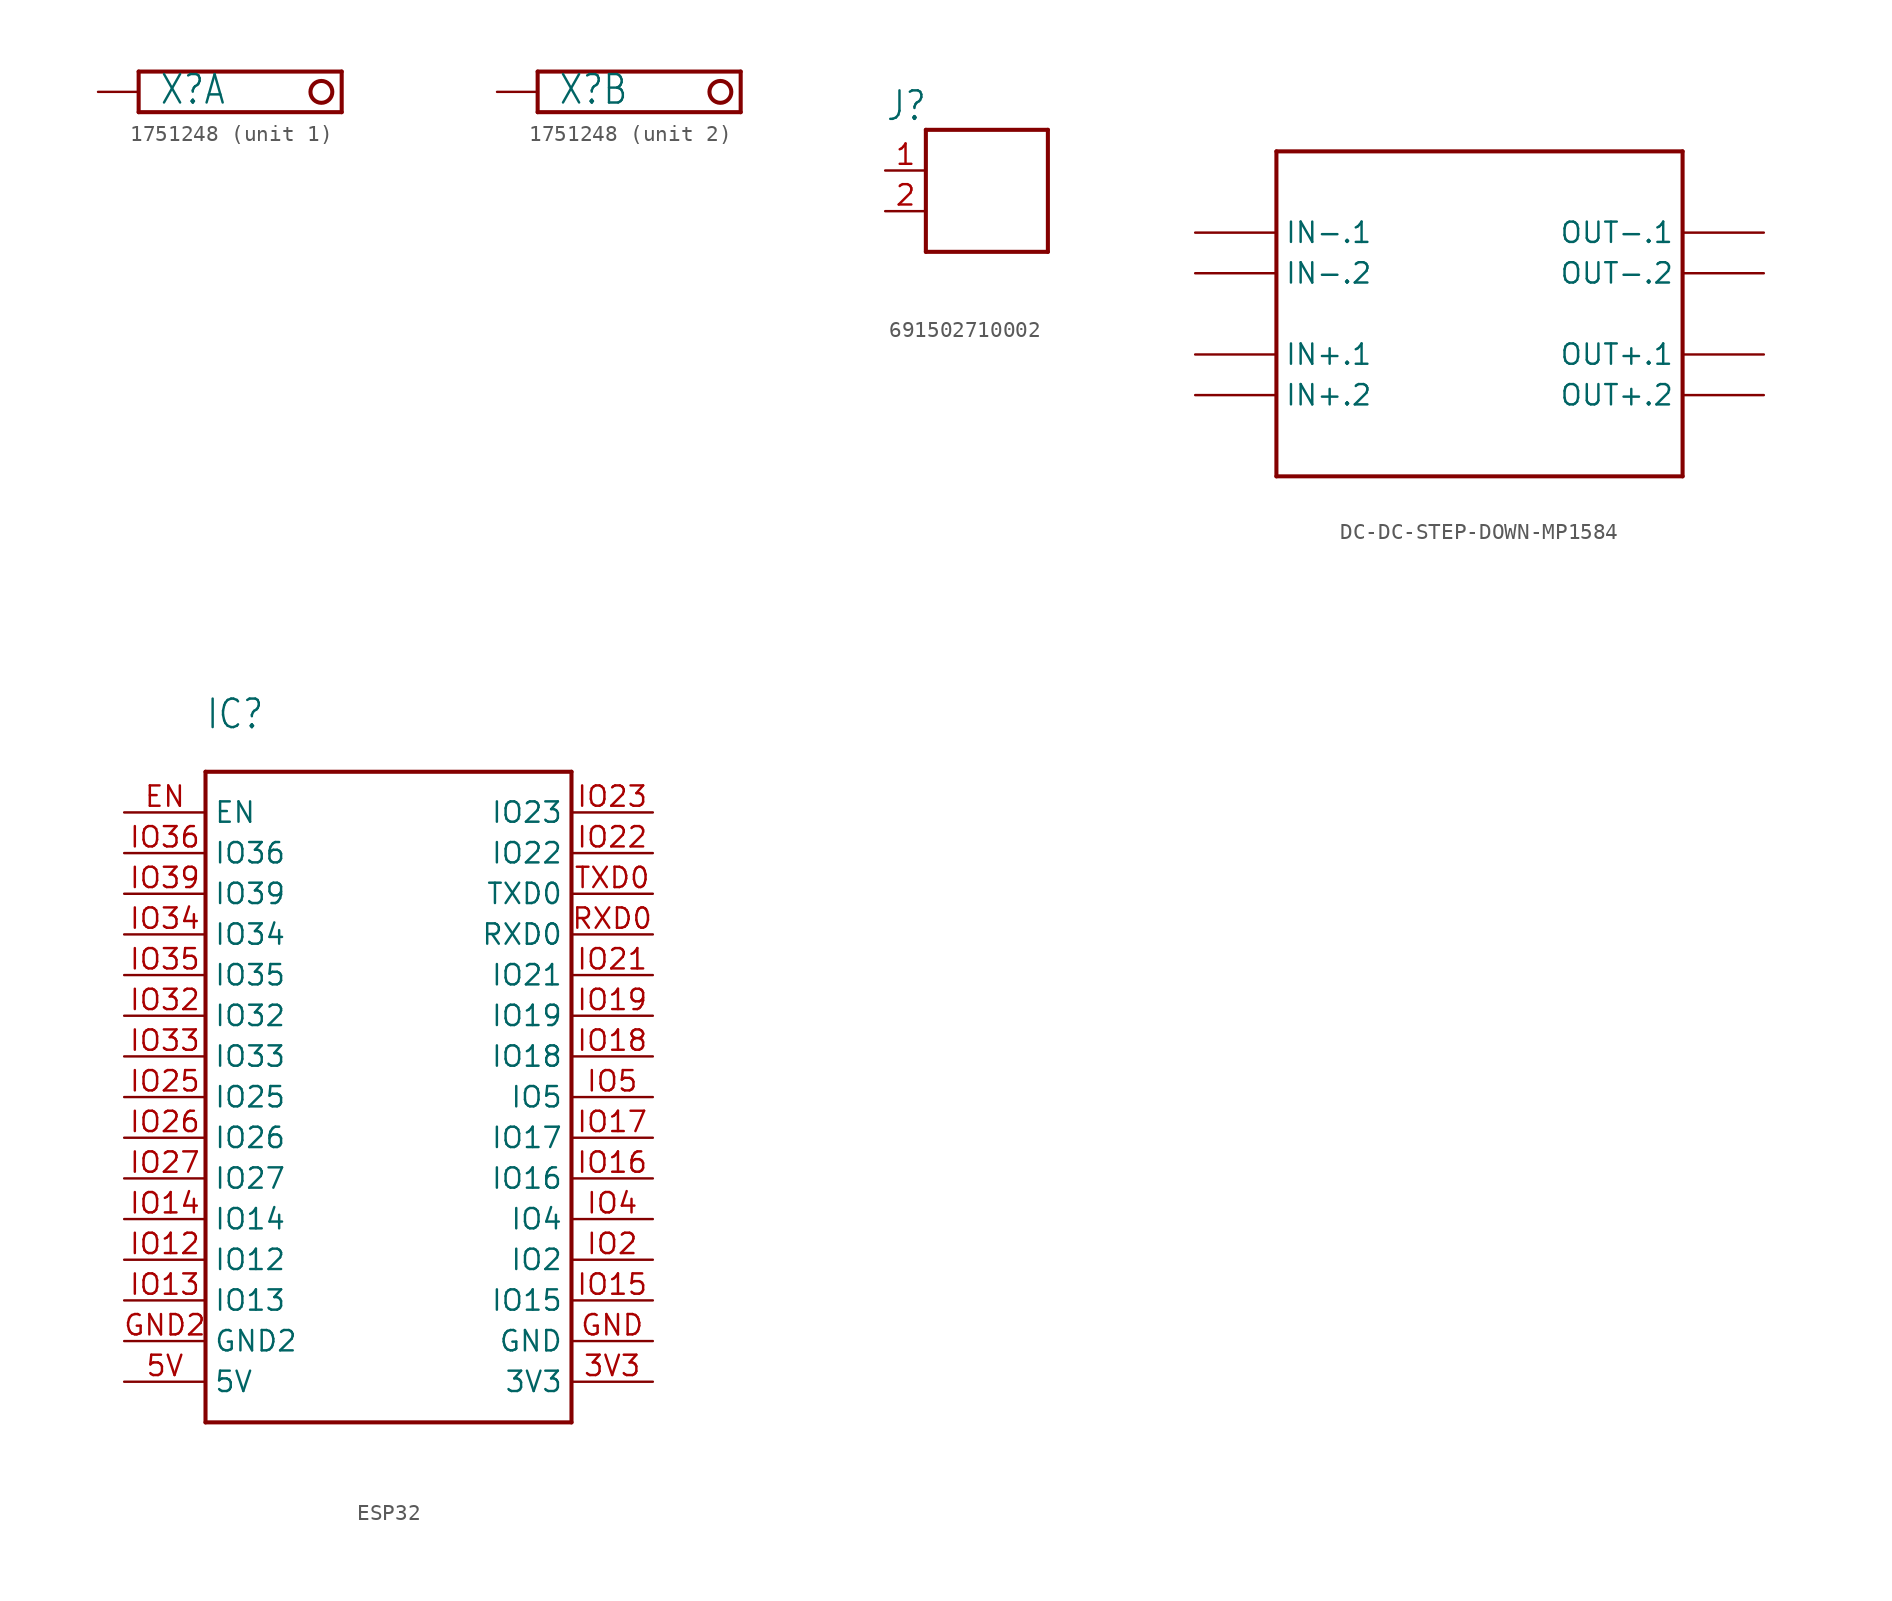
<source format=kicad_sym>
(kicad_symbol_lib
  (version 20231120)
  (generator "kicad_symbol_editor")
  (generator_version "8.0")
  (symbol "1751248"
    (property "Reference" "X"
      (at 1.27 -0.889 0)
      (effects (font (size 1.778 1.511)) (justify left bottom)))
    (property "Value" ""
      (at 13.97 -0.889 0)
      (effects (font (size 1.778 1.511)) (justify left bottom)))
    (property "ki_locked" ""
      (at 0 0 0)
      (effects (font (size 1.27 1.27))))
    (symbol "1751248_1_0"
      (polyline (pts (xy 0 -1.27) (xy 0 1.27)) (stroke (width 0.254) (type solid)) (fill (type none)))
      (polyline (pts (xy 0 1.27) (xy 12.7 1.27)) (stroke (width 0.254) (type solid)) (fill (type none)))
      (polyline (pts (xy 12.7 -1.27) (xy 0 -1.27)) (stroke (width 0.254) (type solid)) (fill (type none)))
      (polyline (pts (xy 12.7 -1.27) (xy 12.7 1.27)) (stroke (width 0.254) (type solid)) (fill (type none)))
      (circle (center 11.43 0) (radius 0.684) (stroke (width 0.254) (type solid)) (fill (type none)))
      (pin passive line (at -2.54 0 0) (length 2.54) (name "K" (effects (font (size 0 0)))) (number "1" (effects (font (size 0 0))))))
    (symbol "1751248_2_0"
      (polyline (pts (xy 0 -1.27) (xy 0 1.27)) (stroke (width 0.254) (type solid)) (fill (type none)))
      (polyline (pts (xy 0 1.27) (xy 12.7 1.27)) (stroke (width 0.254) (type solid)) (fill (type none)))
      (polyline (pts (xy 12.7 -1.27) (xy 0 -1.27)) (stroke (width 0.254) (type solid)) (fill (type none)))
      (polyline (pts (xy 12.7 -1.27) (xy 12.7 1.27)) (stroke (width 0.254) (type solid)) (fill (type none)))
      (circle (center 11.43 0) (radius 0.684) (stroke (width 0.254) (type solid)) (fill (type none)))
      (pin passive line (at -2.54 0 0) (length 2.54) (name "K" (effects (font (size 0 0)))) (number "2" (effects (font (size 0 0)))))))
  (symbol "691502710002"
    (property "Reference" "J"
      (at -6.35 4.27 0)
      (effects (font (size 1.778 1.511)) (justify left bottom)))
    (property "Value" ""
      (at -6.35 -6.35 0)
      (effects (font (size 1.778 1.511)) (justify left bottom)))
    (property "ki_locked" ""
      (at 0 0 0)
      (effects (font (size 1.27 1.27))))
    (symbol "691502710002_1_0"
      (polyline (pts (xy -3.81 -3.81) (xy 3.81 -3.81)) (stroke (width 0.254) (type solid)) (fill (type none)))
      (polyline (pts (xy -3.81 3.81) (xy -3.81 -3.81)) (stroke (width 0.254) (type solid)) (fill (type none)))
      (polyline (pts (xy 3.81 -3.81) (xy 3.81 3.81)) (stroke (width 0.254) (type solid)) (fill (type none)))
      (polyline (pts (xy 3.81 3.81) (xy -3.81 3.81)) (stroke (width 0.254) (type solid)) (fill (type none)))
      (pin passive line (at -6.35 1.27 0) (length 2.54) (name "1" (effects (font (size 0 0)))) (number "1" (effects (font (size 1.27 1.27)))))
      (pin passive line (at -6.35 -1.27 0) (length 2.54) (name "2" (effects (font (size 0 0)))) (number "2" (effects (font (size 1.27 1.27)))))))
  (symbol "DC-DC-STEP-DOWN-MP1584"
    (property "Reference" ""
      (at -12.7 15.24 0)
      (effects (font (size 1.778 1.511)) (justify left bottom) (hide yes)))
    (property "Value" ""
      (at -12.7 12.7 0)
      (effects (font (size 1.778 1.511)) (justify left bottom)))
    (property "ki_locked" ""
      (at 0 0 0)
      (effects (font (size 1.27 1.27))))
    (symbol "DC-DC-STEP-DOWN-MP1584_1_0"
      (polyline (pts (xy -12.7 -10.16) (xy -12.7 10.16)) (stroke (width 0.254) (type solid)) (fill (type none)))
      (polyline (pts (xy -12.7 10.16) (xy 12.7 10.16)) (stroke (width 0.254) (type solid)) (fill (type none)))
      (polyline (pts (xy 12.7 -10.16) (xy -12.7 -10.16)) (stroke (width 0.254) (type solid)) (fill (type none)))
      (polyline (pts (xy 12.7 10.16) (xy 12.7 -10.16)) (stroke (width 0.254) (type solid)) (fill (type none)))
      (pin bidirectional line (at -17.78 -2.54 0) (length 5.08) (name "IN+.1" (effects (font (size 1.27 1.27)))) (number "IN+.1" (effects (font (size 0 0)))))
      (pin bidirectional line (at -17.78 -5.08 0) (length 5.08) (name "IN+.2" (effects (font (size 1.27 1.27)))) (number "IN+.2" (effects (font (size 0 0)))))
      (pin bidirectional line (at -17.78 5.08 0) (length 5.08) (name "IN-.1" (effects (font (size 1.27 1.27)))) (number "IN-.1" (effects (font (size 0 0)))))
      (pin bidirectional line (at -17.78 2.54 0) (length 5.08) (name "IN-.2" (effects (font (size 1.27 1.27)))) (number "IN-.2" (effects (font (size 0 0)))))
      (pin bidirectional line (at 17.78 -2.54 180) (length 5.08) (name "OUT+.1" (effects (font (size 1.27 1.27)))) (number "OUT+.1" (effects (font (size 0 0)))))
      (pin bidirectional line (at 17.78 -5.08 180) (length 5.08) (name "OUT+.2" (effects (font (size 1.27 1.27)))) (number "OUT+.2" (effects (font (size 0 0)))))
      (pin bidirectional line (at 17.78 5.08 180) (length 5.08) (name "OUT-.1" (effects (font (size 1.27 1.27)))) (number "OUT-.1" (effects (font (size 0 0)))))
      (pin bidirectional line (at 17.78 2.54 180) (length 5.08) (name "OUT-.2" (effects (font (size 1.27 1.27)))) (number "OUT-.2" (effects (font (size 0 0)))))))
  (symbol "ESP32"
    (property "Reference" "IC"
      (at -10.175 15.265 0)
      (effects (font (size 1.78 1.513)) (justify left bottom)))
    (property "Value" ""
      (at -2.535 -7.631 0)
      (effects (font (size 1.78 1.513)) (justify left bottom)))
    (property "ki_locked" ""
      (at 0 0 0)
      (effects (font (size 1.27 1.27))))
    (symbol "ESP32_1_0"
      (polyline (pts (xy -10.16 -27.94) (xy 12.7 -27.94)) (stroke (width 0.254) (type solid)) (fill (type none)))
      (polyline (pts (xy -10.16 12.7) (xy -10.16 -27.94)) (stroke (width 0.254) (type solid)) (fill (type none)))
      (polyline (pts (xy 12.7 -27.94) (xy 12.7 12.7)) (stroke (width 0.254) (type solid)) (fill (type none)))
      (polyline (pts (xy 12.7 12.7) (xy -10.16 12.7)) (stroke (width 0.254) (type solid)) (fill (type none)))
      (pin power_in line (at 17.78 -25.4 180) (length 5.08) (name "3V3" (effects (font (size 1.27 1.27)))) (number "3V3" (effects (font (size 1.27 1.27)))))
      (pin power_in line (at -15.24 -25.4 0) (length 5.08) (name "5V" (effects (font (size 1.27 1.27)))) (number "5V" (effects (font (size 1.27 1.27)))))
      (pin bidirectional line (at -15.24 10.16 0) (length 5.08) (name "EN" (effects (font (size 1.27 1.27)))) (number "EN" (effects (font (size 1.27 1.27)))))
      (pin power_in line (at 17.78 -22.86 180) (length 5.08) (name "GND" (effects (font (size 1.27 1.27)))) (number "GND" (effects (font (size 1.27 1.27)))))
      (pin power_in line (at -15.24 -22.86 0) (length 5.08) (name "GND2" (effects (font (size 1.27 1.27)))) (number "GND2" (effects (font (size 1.27 1.27)))))
      (pin bidirectional line (at -15.24 -17.78 0) (length 5.08) (name "IO12" (effects (font (size 1.27 1.27)))) (number "IO12" (effects (font (size 1.27 1.27)))))
      (pin bidirectional line (at -15.24 -20.32 0) (length 5.08) (name "IO13" (effects (font (size 1.27 1.27)))) (number "IO13" (effects (font (size 1.27 1.27)))))
      (pin bidirectional line (at -15.24 -15.24 0) (length 5.08) (name "IO14" (effects (font (size 1.27 1.27)))) (number "IO14" (effects (font (size 1.27 1.27)))))
      (pin bidirectional line (at 17.78 -20.32 180) (length 5.08) (name "IO15" (effects (font (size 1.27 1.27)))) (number "IO15" (effects (font (size 1.27 1.27)))))
      (pin bidirectional line (at 17.78 -12.7 180) (length 5.08) (name "IO16" (effects (font (size 1.27 1.27)))) (number "IO16" (effects (font (size 1.27 1.27)))))
      (pin bidirectional line (at 17.78 -10.16 180) (length 5.08) (name "IO17" (effects (font (size 1.27 1.27)))) (number "IO17" (effects (font (size 1.27 1.27)))))
      (pin bidirectional line (at 17.78 -5.08 180) (length 5.08) (name "IO18" (effects (font (size 1.27 1.27)))) (number "IO18" (effects (font (size 1.27 1.27)))))
      (pin bidirectional line (at 17.78 -2.54 180) (length 5.08) (name "IO19" (effects (font (size 1.27 1.27)))) (number "IO19" (effects (font (size 1.27 1.27)))))
      (pin bidirectional line (at 17.78 -17.78 180) (length 5.08) (name "IO2" (effects (font (size 1.27 1.27)))) (number "IO2" (effects (font (size 1.27 1.27)))))
      (pin bidirectional line (at 17.78 0 180) (length 5.08) (name "IO21" (effects (font (size 1.27 1.27)))) (number "IO21" (effects (font (size 1.27 1.27)))))
      (pin bidirectional line (at 17.78 7.62 180) (length 5.08) (name "IO22" (effects (font (size 1.27 1.27)))) (number "IO22" (effects (font (size 1.27 1.27)))))
      (pin bidirectional line (at 17.78 10.16 180) (length 5.08) (name "IO23" (effects (font (size 1.27 1.27)))) (number "IO23" (effects (font (size 1.27 1.27)))))
      (pin bidirectional line (at -15.24 -7.62 0) (length 5.08) (name "IO25" (effects (font (size 1.27 1.27)))) (number "IO25" (effects (font (size 1.27 1.27)))))
      (pin bidirectional line (at -15.24 -10.16 0) (length 5.08) (name "IO26" (effects (font (size 1.27 1.27)))) (number "IO26" (effects (font (size 1.27 1.27)))))
      (pin bidirectional line (at -15.24 -12.7 0) (length 5.08) (name "IO27" (effects (font (size 1.27 1.27)))) (number "IO27" (effects (font (size 1.27 1.27)))))
      (pin bidirectional line (at -15.24 -2.54 0) (length 5.08) (name "IO32" (effects (font (size 1.27 1.27)))) (number "IO32" (effects (font (size 1.27 1.27)))))
      (pin bidirectional line (at -15.24 -5.08 0) (length 5.08) (name "IO33" (effects (font (size 1.27 1.27)))) (number "IO33" (effects (font (size 1.27 1.27)))))
      (pin bidirectional line (at -15.24 2.54 0) (length 5.08) (name "IO34" (effects (font (size 1.27 1.27)))) (number "IO34" (effects (font (size 1.27 1.27)))))
      (pin bidirectional line (at -15.24 0 0) (length 5.08) (name "IO35" (effects (font (size 1.27 1.27)))) (number "IO35" (effects (font (size 1.27 1.27)))))
      (pin bidirectional line (at -15.24 7.62 0) (length 5.08) (name "IO36" (effects (font (size 1.27 1.27)))) (number "IO36" (effects (font (size 1.27 1.27)))))
      (pin bidirectional line (at -15.24 5.08 0) (length 5.08) (name "IO39" (effects (font (size 1.27 1.27)))) (number "IO39" (effects (font (size 1.27 1.27)))))
      (pin bidirectional line (at 17.78 -15.24 180) (length 5.08) (name "IO4" (effects (font (size 1.27 1.27)))) (number "IO4" (effects (font (size 1.27 1.27)))))
      (pin bidirectional line (at 17.78 -7.62 180) (length 5.08) (name "IO5" (effects (font (size 1.27 1.27)))) (number "IO5" (effects (font (size 1.27 1.27)))))
      (pin bidirectional line (at 17.78 2.54 180) (length 5.08) (name "RXD0" (effects (font (size 1.27 1.27)))) (number "RXD0" (effects (font (size 1.27 1.27)))))
      (pin bidirectional line (at 17.78 5.08 180) (length 5.08) (name "TXD0" (effects (font (size 1.27 1.27)))) (number "TXD0" (effects (font (size 1.27 1.27))))))))
</source>
